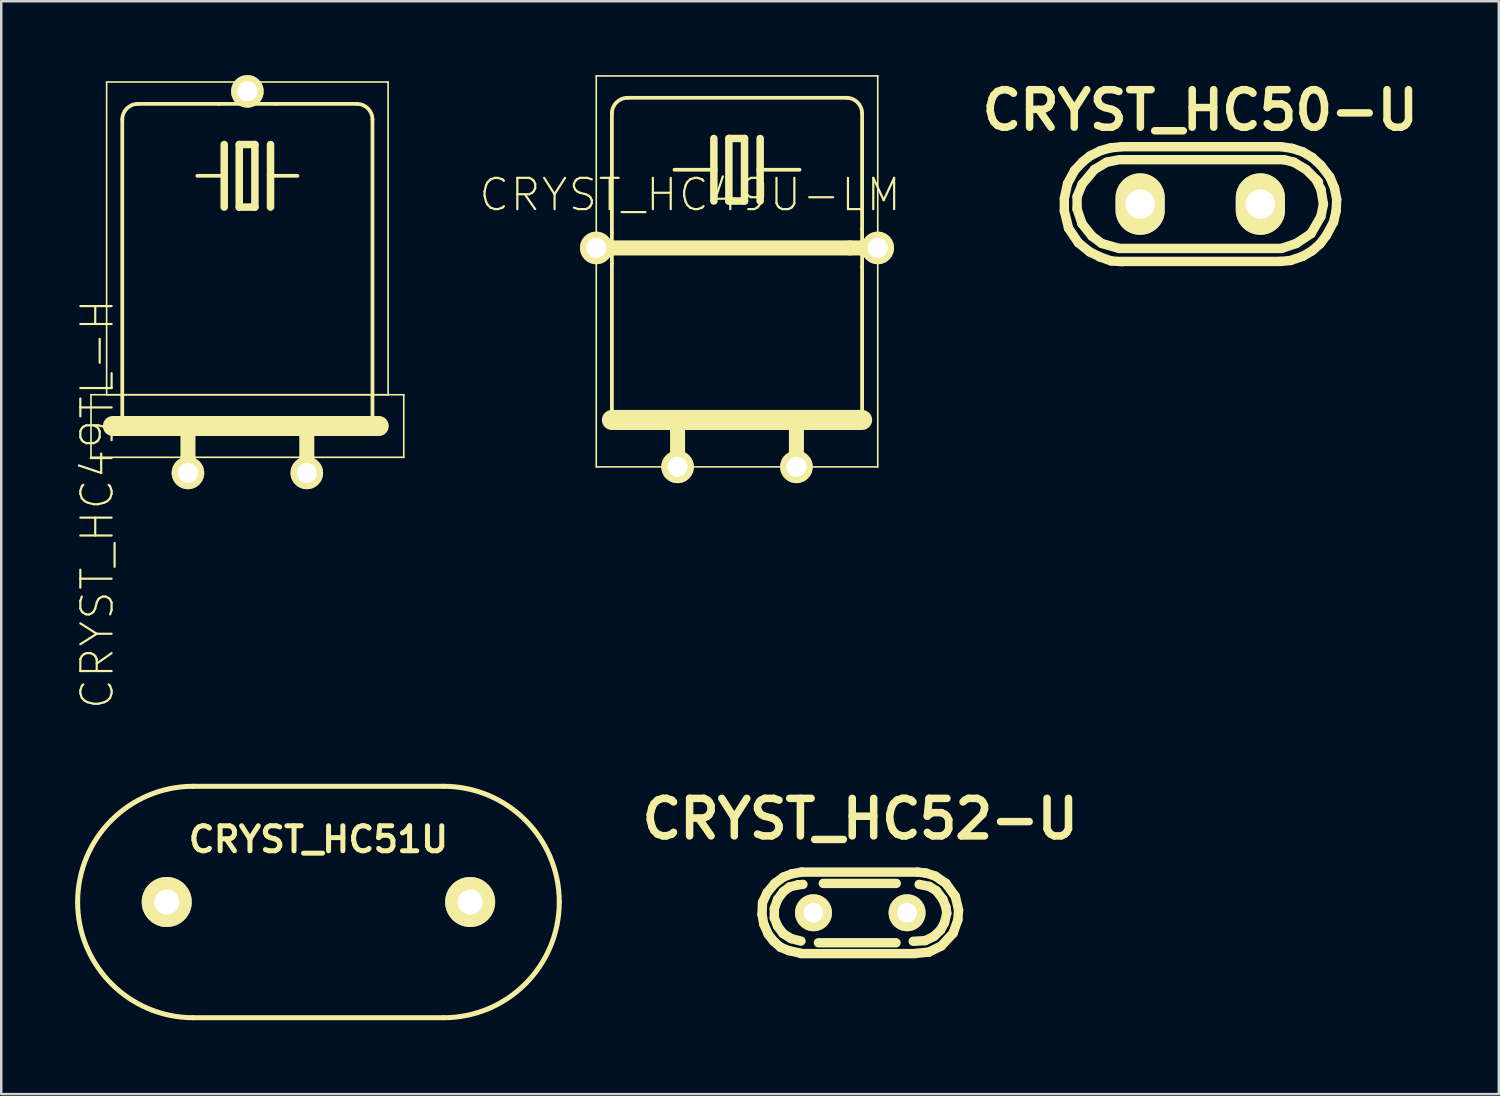
<source format=kicad_pcb>
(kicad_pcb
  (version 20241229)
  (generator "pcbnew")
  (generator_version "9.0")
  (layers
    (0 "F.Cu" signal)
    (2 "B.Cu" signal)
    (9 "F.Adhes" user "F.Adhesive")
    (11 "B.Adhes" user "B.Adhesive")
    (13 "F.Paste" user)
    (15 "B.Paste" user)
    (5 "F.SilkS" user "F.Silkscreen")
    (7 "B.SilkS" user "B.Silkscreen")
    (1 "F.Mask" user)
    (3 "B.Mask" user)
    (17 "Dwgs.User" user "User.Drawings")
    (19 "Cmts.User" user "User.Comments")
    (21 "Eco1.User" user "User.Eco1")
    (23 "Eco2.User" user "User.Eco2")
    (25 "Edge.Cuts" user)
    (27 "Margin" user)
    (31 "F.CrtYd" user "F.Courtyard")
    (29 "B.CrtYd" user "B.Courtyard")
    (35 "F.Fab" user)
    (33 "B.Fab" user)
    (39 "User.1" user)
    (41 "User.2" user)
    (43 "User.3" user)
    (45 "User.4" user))
  (footprint "CRYST_HC50-U"
    (layer "F.Cu")
    (at 45.688 5.236)
    (property "Reference" "CRYST_HC50-U" (at 0 -3.81 0) (layer "F.SilkS") (effects (font (size 1.524 1.524) (thickness 0.305))))
    (attr through_hole)
    (fp_line (start -5.519 -0.231) (end -5.519 0.279) (stroke (width 0.381) (type solid)) (layer "F.SilkS"))
    (fp_line (start -5.519 0.279) (end -5.349 0.98) (stroke (width 0.381) (type solid)) (layer "F.SilkS"))
    (fp_line (start -5.39 -0.831) (end -5.519 -0.231) (stroke (width 0.381) (type solid)) (layer "F.SilkS"))
    (fp_line (start -5.349 0.98) (end -4.95 1.57) (stroke (width 0.381) (type solid)) (layer "F.SilkS"))
    (fp_line (start -5.1 -1.369) (end -5.39 -0.831) (stroke (width 0.381) (type solid)) (layer "F.SilkS"))
    (fp_line (start -5.001 -0.3) (end -4.801 -0.8) (stroke (width 0.381) (type solid)) (layer "F.SilkS"))
    (fp_line (start -5.001 0.201) (end -5.001 -0.3) (stroke (width 0.381) (type solid)) (layer "F.SilkS"))
    (fp_line (start -4.95 1.57) (end -4.491 1.941) (stroke (width 0.381) (type solid)) (layer "F.SilkS"))
    (fp_line (start -4.801 -0.8) (end -4.3 -1.4) (stroke (width 0.381) (type solid)) (layer "F.SilkS"))
    (fp_line (start -4.801 0.8) (end -5.001 0.201) (stroke (width 0.381) (type solid)) (layer "F.SilkS"))
    (fp_line (start -4.77 -1.72) (end -5.1 -1.369) (stroke (width 0.381) (type solid)) (layer "F.SilkS"))
    (fp_line (start -4.491 1.941) (end -4.069 2.149) (stroke (width 0.381) (type solid)) (layer "F.SilkS"))
    (fp_line (start -4.481 -1.951) (end -4.77 -1.72) (stroke (width 0.381) (type solid)) (layer "F.SilkS"))
    (fp_line (start -4.399 1.3) (end -4.801 0.8) (stroke (width 0.381) (type solid)) (layer "F.SilkS"))
    (fp_line (start -4.3 -1.4) (end -3.8 -1.699) (stroke (width 0.381) (type solid)) (layer "F.SilkS"))
    (fp_line (start -4.069 2.149) (end -3.619 2.309) (stroke (width 0.381) (type solid)) (layer "F.SilkS"))
    (fp_line (start -4.049 -2.169) (end -4.481 -1.951) (stroke (width 0.381) (type solid)) (layer "F.SilkS"))
    (fp_line (start -4 1.6) (end -4.399 1.3) (stroke (width 0.381) (type solid)) (layer "F.SilkS"))
    (fp_line (start -3.8 -1.699) (end -3.299 -1.801) (stroke (width 0.381) (type solid)) (layer "F.SilkS"))
    (fp_line (start -3.65 -2.281) (end -4.049 -2.169) (stroke (width 0.381) (type solid)) (layer "F.SilkS"))
    (fp_line (start -3.619 2.309) (end -3.18 2.339) (stroke (width 0.381) (type solid)) (layer "F.SilkS"))
    (fp_line (start -3.299 1.801) (end -4 1.6) (stroke (width 0.381) (type solid)) (layer "F.SilkS"))
    (fp_line (start -3.2 -2.329) (end 3.251 -2.329) (stroke (width 0.381) (type solid)) (layer "F.SilkS"))
    (fp_line (start -3.2 -1.801) (end 3.401 -1.801) (stroke (width 0.381) (type solid)) (layer "F.SilkS"))
    (fp_line (start -3.2 2.329) (end 3.251 2.329) (stroke (width 0.381) (type solid)) (layer "F.SilkS"))
    (fp_line (start -3.19 -2.329) (end -3.65 -2.281) (stroke (width 0.381) (type solid)) (layer "F.SilkS"))
    (fp_line (start 3.251 2.329) (end 3.67 2.291) (stroke (width 0.381) (type solid)) (layer "F.SilkS"))
    (fp_line (start 3.299 1.801) (end -3.299 1.801) (stroke (width 0.381) (type solid)) (layer "F.SilkS"))
    (fp_line (start 3.401 -1.801) (end 3.8 -1.699) (stroke (width 0.381) (type solid)) (layer "F.SilkS"))
    (fp_line (start 3.67 2.291) (end 4.161 2.121) (stroke (width 0.381) (type solid)) (layer "F.SilkS"))
    (fp_line (start 3.731 -2.261) (end 3.289 -2.329) (stroke (width 0.381) (type solid)) (layer "F.SilkS"))
    (fp_line (start 3.8 -1.699) (end 4.3 -1.4) (stroke (width 0.381) (type solid)) (layer "F.SilkS"))
    (fp_line (start 3.899 1.6) (end 3.299 1.801) (stroke (width 0.381) (type solid)) (layer "F.SilkS"))
    (fp_line (start 4.161 -2.121) (end 3.731 -2.261) (stroke (width 0.381) (type solid)) (layer "F.SilkS"))
    (fp_line (start 4.161 2.121) (end 4.539 1.9) (stroke (width 0.381) (type solid)) (layer "F.SilkS"))
    (fp_line (start 4.3 -1.4) (end 4.801 -0.899) (stroke (width 0.381) (type solid)) (layer "F.SilkS"))
    (fp_line (start 4.501 1.199) (end 3.899 1.6) (stroke (width 0.381) (type solid)) (layer "F.SilkS"))
    (fp_line (start 4.539 1.9) (end 4.859 1.621) (stroke (width 0.381) (type solid)) (layer "F.SilkS"))
    (fp_line (start 4.549 -1.89) (end 4.161 -2.121) (stroke (width 0.381) (type solid)) (layer "F.SilkS"))
    (fp_line (start 4.699 -1.001) (end 4.9 -0.599) (stroke (width 0.381) (type solid)) (layer "F.SilkS"))
    (fp_line (start 4.859 1.621) (end 5.11 1.29) (stroke (width 0.381) (type solid)) (layer "F.SilkS"))
    (fp_line (start 4.9 -1.57) (end 4.549 -1.89) (stroke (width 0.381) (type solid)) (layer "F.SilkS"))
    (fp_line (start 4.9 -0.599) (end 5.001 0) (stroke (width 0.381) (type solid)) (layer "F.SilkS"))
    (fp_line (start 4.9 0.5) (end 4.501 1.199) (stroke (width 0.381) (type solid)) (layer "F.SilkS"))
    (fp_line (start 5.001 0) (end 4.9 0.5) (stroke (width 0.381) (type solid)) (layer "F.SilkS"))
    (fp_line (start 5.11 1.29) (end 5.41 0.739) (stroke (width 0.381) (type solid)) (layer "F.SilkS"))
    (fp_line (start 5.26 -1.1) (end 4.9 -1.57) (stroke (width 0.381) (type solid)) (layer "F.SilkS"))
    (fp_line (start 5.41 0.739) (end 5.519 0.269) (stroke (width 0.381) (type solid)) (layer "F.SilkS"))
    (fp_line (start 5.451 -0.65) (end 5.26 -1.1) (stroke (width 0.381) (type solid)) (layer "F.SilkS"))
    (fp_line (start 5.519 0.269) (end 5.54 -0.191) (stroke (width 0.381) (type solid)) (layer "F.SilkS"))
    (fp_line (start 5.54 -0.191) (end 5.451 -0.65) (stroke (width 0.381) (type solid)) (layer "F.SilkS"))
    (pad "1" thru_hole oval (at -2.441 0) (size 1.999 2.499) (drill 1.199) (layers "*.Cu" "*.Mask" "F.SilkS"))
    (pad "2" thru_hole oval (at 2.441 0) (size 1.999 2.499) (drill 1.199) (layers "*.Cu" "*.Mask" "F.SilkS")))
  (footprint "CRYST_HC49U-LM"
    (layer "F.Cu")
    (at 26.877 15.908)
    (property "Reference" "CRYST_HC49U-LM" (at -1.905 -11.049 0) (layer "F.SilkS") (effects (font (size 1.27 1.27) (thickness 0.089))))
    (attr exclude_from_pos_files exclude_from_bom)
    (fp_line (start -5.715 -15.875) (end 5.715 -15.875) (stroke (width 0.066) (type solid)) (layer "F.SilkS"))
    (fp_line (start -5.715 0) (end -5.715 -15.875) (stroke (width 0.066) (type solid)) (layer "F.SilkS"))
    (fp_line (start -5.715 0) (end 5.715 0) (stroke (width 0.066) (type solid)) (layer "F.SilkS"))
    (fp_line (start -5.08 -9.525) (end -5.08 -14.351) (stroke (width 0.152) (type solid)) (layer "F.SilkS"))
    (fp_line (start -5.08 -9.525) (end -5.08 -8.255) (stroke (width 0.152) (type solid)) (layer "F.SilkS"))
    (fp_line (start -5.08 -8.255) (end -5.08 -1.905) (stroke (width 0.152) (type solid)) (layer "F.SilkS"))
    (fp_line (start -5.08 -1.905) (end 5.08 -1.905) (stroke (width 0.813) (type solid)) (layer "F.SilkS"))
    (fp_line (start -4.699 -8.89) (end -5.715 -8.89) (stroke (width 0.61) (type solid)) (layer "F.SilkS"))
    (fp_line (start -4.572 -8.89) (end 4.572 -8.89) (stroke (width 0.61) (type solid)) (layer "F.SilkS"))
    (fp_line (start -2.413 -1.778) (end -2.413 0) (stroke (width 0.61) (type solid)) (layer "F.SilkS"))
    (fp_line (start -0.94 -13.335) (end -0.94 -12.065) (stroke (width 0.305) (type solid)) (layer "F.SilkS"))
    (fp_line (start -0.94 -12.065) (end -2.54 -12.065) (stroke (width 0.152) (type solid)) (layer "F.SilkS"))
    (fp_line (start -0.94 -12.065) (end -0.94 -10.795) (stroke (width 0.305) (type solid)) (layer "F.SilkS"))
    (fp_line (start -0.33 -13.335) (end -0.33 -10.795) (stroke (width 0.305) (type solid)) (layer "F.SilkS"))
    (fp_line (start -0.33 -10.795) (end 0.305 -10.795) (stroke (width 0.305) (type solid)) (layer "F.SilkS"))
    (fp_line (start 0.305 -13.335) (end -0.33 -13.335) (stroke (width 0.305) (type solid)) (layer "F.SilkS"))
    (fp_line (start 0.305 -10.795) (end 0.305 -13.335) (stroke (width 0.305) (type solid)) (layer "F.SilkS"))
    (fp_line (start 0.94 -13.335) (end 0.94 -12.065) (stroke (width 0.305) (type solid)) (layer "F.SilkS"))
    (fp_line (start 0.94 -12.065) (end 0.94 -10.795) (stroke (width 0.305) (type solid)) (layer "F.SilkS"))
    (fp_line (start 0.94 -12.065) (end 2.54 -12.065) (stroke (width 0.152) (type solid)) (layer "F.SilkS"))
    (fp_line (start 2.413 -1.778) (end 2.413 0) (stroke (width 0.61) (type solid)) (layer "F.SilkS"))
    (fp_line (start 4.445 -14.986) (end -4.445 -14.986) (stroke (width 0.152) (type solid)) (layer "F.SilkS"))
    (fp_line (start 4.572 -8.89) (end 5.08 -8.89) (stroke (width 0.61) (type solid)) (layer "F.SilkS"))
    (fp_line (start 5.08 -9.652) (end 5.08 -14.351) (stroke (width 0.152) (type solid)) (layer "F.SilkS"))
    (fp_line (start 5.08 -8.89) (end 5.08 -9.652) (stroke (width 0.152) (type solid)) (layer "F.SilkS"))
    (fp_line (start 5.08 -8.89) (end 5.08 -8.128) (stroke (width 0.152) (type solid)) (layer "F.SilkS"))
    (fp_line (start 5.08 -8.89) (end 5.715 -8.89) (stroke (width 0.61) (type solid)) (layer "F.SilkS"))
    (fp_line (start 5.08 -8.128) (end 5.08 -1.905) (stroke (width 0.152) (type solid)) (layer "F.SilkS"))
    (fp_line (start 5.715 0) (end 5.715 -15.875) (stroke (width 0.066) (type solid)) (layer "F.SilkS"))
    (fp_arc (start -5.08 -14.351) (mid -4.894013 -14.800013) (end -4.445 -14.986) (stroke (width 0.1524) (type solid)) (layer "F.SilkS"))
    (fp_arc (start 4.445 -14.986) (mid 4.894013 -14.800013) (end 5.08 -14.351) (stroke (width 0.1524) (type solid)) (layer "F.SilkS"))
    (pad "1" thru_hole circle (at -2.413 0) (size 1.321 1.321) (drill 0.813) (layers "*.Cu" "F.Mask" "F.SilkS" "F.Paste"))
    (pad "2" thru_hole circle (at 2.413 0) (size 1.321 1.321) (drill 0.813) (layers "*.Cu" "F.Mask" "F.SilkS" "F.Paste"))
    (pad "M" thru_hole circle (at -5.715 -8.89) (size 1.321 1.321) (drill 0.813) (layers "*.Cu" "F.Mask" "F.SilkS" "F.Paste"))
    (pad "M1" thru_hole circle (at 5.715 -8.89) (size 1.321 1.321) (drill 0.813) (layers "*.Cu" "F.Mask" "F.SilkS" "F.Paste")))
  (footprint "CRYST_HC49TL-H"
    (layer "F.Cu")
    (at 6.995 16.154)
    (property "Reference" "CRYST_HC49TL-H" (at -6.096 1.27 90) (layer "F.SilkS") (effects (font (size 1.27 1.27) (thickness 0.089))))
    (attr exclude_from_pos_files exclude_from_bom)
    (fp_line (start -6.35 -3.175) (end 6.35 -3.175) (stroke (width 0.066) (type solid)) (layer "F.SilkS"))
    (fp_line (start -6.35 -0.635) (end -6.35 -3.175) (stroke (width 0.066) (type solid)) (layer "F.SilkS"))
    (fp_line (start -6.35 -0.635) (end 6.35 -0.635) (stroke (width 0.066) (type solid)) (layer "F.SilkS"))
    (fp_line (start -5.715 -15.875) (end 5.715 -15.875) (stroke (width 0.066) (type solid)) (layer "F.SilkS"))
    (fp_line (start -5.715 -3.175) (end -5.715 -15.875) (stroke (width 0.066) (type solid)) (layer "F.SilkS"))
    (fp_line (start -5.715 -3.175) (end 5.715 -3.175) (stroke (width 0.066) (type solid)) (layer "F.SilkS"))
    (fp_line (start -5.08 -14.351) (end -5.08 -1.905) (stroke (width 0.152) (type solid)) (layer "F.SilkS"))
    (fp_line (start -2.413 -1.778) (end -2.413 0) (stroke (width 0.61) (type solid)) (layer "F.SilkS"))
    (fp_line (start -1.143 -14.986) (end -4.445 -14.986) (stroke (width 0.152) (type solid)) (layer "F.SilkS"))
    (fp_line (start -0.94 -13.335) (end -0.94 -12.065) (stroke (width 0.305) (type solid)) (layer "F.SilkS"))
    (fp_line (start -0.94 -12.065) (end -2.032 -12.065) (stroke (width 0.152) (type solid)) (layer "F.SilkS"))
    (fp_line (start -0.94 -12.065) (end -0.94 -10.795) (stroke (width 0.305) (type solid)) (layer "F.SilkS"))
    (fp_line (start -0.33 -13.335) (end -0.33 -10.795) (stroke (width 0.305) (type solid)) (layer "F.SilkS"))
    (fp_line (start -0.33 -10.795) (end 0.305 -10.795) (stroke (width 0.305) (type solid)) (layer "F.SilkS"))
    (fp_line (start -0.305 -15.189) (end 0.305 -15.189) (stroke (width 0.066) (type solid)) (layer "F.SilkS"))
    (fp_line (start -0.305 -14.986) (end -0.305 -15.189) (stroke (width 0.066) (type solid)) (layer "F.SilkS"))
    (fp_line (start -0.305 -14.986) (end 0.305 -14.986) (stroke (width 0.066) (type solid)) (layer "F.SilkS"))
    (fp_line (start 0 -15.494) (end 0 -15.24) (stroke (width 0.61) (type solid)) (layer "F.SilkS"))
    (fp_line (start 0.305 -14.986) (end 0.305 -15.189) (stroke (width 0.066) (type solid)) (layer "F.SilkS"))
    (fp_line (start 0.305 -13.335) (end -0.33 -13.335) (stroke (width 0.305) (type solid)) (layer "F.SilkS"))
    (fp_line (start 0.305 -10.795) (end 0.305 -13.335) (stroke (width 0.305) (type solid)) (layer "F.SilkS"))
    (fp_line (start 0.94 -13.335) (end 0.94 -12.065) (stroke (width 0.305) (type solid)) (layer "F.SilkS"))
    (fp_line (start 0.94 -12.065) (end 0.94 -10.795) (stroke (width 0.305) (type solid)) (layer "F.SilkS"))
    (fp_line (start 0.94 -12.065) (end 2.032 -12.065) (stroke (width 0.152) (type solid)) (layer "F.SilkS"))
    (fp_line (start 1.143 -14.986) (end -1.143 -14.986) (stroke (width 0.152) (type solid)) (layer "F.SilkS"))
    (fp_line (start 2.413 -1.778) (end 2.413 0) (stroke (width 0.61) (type solid)) (layer "F.SilkS"))
    (fp_line (start 4.445 -14.986) (end 1.143 -14.986) (stroke (width 0.152) (type solid)) (layer "F.SilkS"))
    (fp_line (start 5.08 -1.905) (end 5.08 -14.351) (stroke (width 0.152) (type solid)) (layer "F.SilkS"))
    (fp_line (start 5.334 -1.905) (end -5.461 -1.905) (stroke (width 0.813) (type solid)) (layer "F.SilkS"))
    (fp_line (start 5.715 -3.175) (end 5.715 -15.875) (stroke (width 0.066) (type solid)) (layer "F.SilkS"))
    (fp_line (start 6.35 -0.635) (end 6.35 -3.175) (stroke (width 0.066) (type solid)) (layer "F.SilkS"))
    (fp_arc (start -5.08 -14.351) (mid -4.894013 -14.800013) (end -4.445 -14.986) (stroke (width 0.1524) (type solid)) (layer "F.SilkS"))
    (fp_arc (start 4.445 -14.986) (mid 4.894013 -14.800013) (end 5.08 -14.351) (stroke (width 0.1524) (type solid)) (layer "F.SilkS"))
    (pad "1" thru_hole circle (at -2.413 0) (size 1.321 1.321) (drill 0.813) (layers "*.Cu" "F.Mask" "F.SilkS" "F.Paste"))
    (pad "2" thru_hole circle (at 2.413 0) (size 1.321 1.321) (drill 0.813) (layers "*.Cu" "F.Mask" "F.SilkS" "F.Paste"))
    (pad "3" thru_hole circle (at 0 -15.494) (size 1.321 1.321) (drill 0.813) (layers "*.Cu" "F.Mask" "F.SilkS" "F.Paste")))
  (footprint "CRYST_HC51U"
    (layer "F.Cu")
    (at 9.881 33.577)
    (property "Reference" "CRYST_HC51U" (at 0 -2.54 0) (layer "F.SilkS") (effects (font (size 1.016 1.016) (thickness 0.203))))
    (attr through_hole)
    (fp_line (start -5.08 -4.699) (end 5.08 -4.699) (stroke (width 0.203) (type solid)) (layer "F.SilkS"))
    (fp_line (start -5.08 4.699) (end 5.08 4.699) (stroke (width 0.203) (type solid)) (layer "F.SilkS"))
    (fp_arc (start -9.779 0) (mid -8.402695 -3.322695) (end -5.08 -4.699) (stroke (width 0.2032) (type solid)) (layer "F.SilkS"))
    (fp_arc (start -5.08 4.699) (mid -8.402695 3.322695) (end -9.779 0) (stroke (width 0.2032) (type solid)) (layer "F.SilkS"))
    (fp_arc (start 5.08 -4.699) (mid 8.402695 -3.322695) (end 9.779 0) (stroke (width 0.2032) (type solid)) (layer "F.SilkS"))
    (fp_arc (start 9.779 0) (mid 8.402695 3.322695) (end 5.08 4.699) (stroke (width 0.2032) (type solid)) (layer "F.SilkS"))
    (pad "1" thru_hole circle (at -6.16 0) (size 2.032 2.032) (drill 1.016) (layers "*.Cu" "*.Mask" "F.SilkS"))
    (pad "2" thru_hole circle (at 6.16 0) (size 2.032 2.032) (drill 1.016) (layers "*.Cu" "*.Mask" "F.SilkS")))
  (footprint "CRYST_HC52-U"
    (layer "F.Cu")
    (at 31.883 34.013)
    (property "Reference" "CRYST_HC52-U" (at 0 -3.81 0) (layer "F.SilkS") (effects (font (size 1.524 1.524) (thickness 0.305))))
    (attr through_hole)
    (fp_line (start -3.99 0.071) (end -3.97 -0.419) (stroke (width 0.381) (type solid)) (layer "F.SilkS"))
    (fp_line (start -3.97 -0.419) (end -3.78 -0.82) (stroke (width 0.381) (type solid)) (layer "F.SilkS"))
    (fp_line (start -3.919 0.46) (end -3.99 0.071) (stroke (width 0.381) (type solid)) (layer "F.SilkS"))
    (fp_line (start -3.78 -0.82) (end -3.47 -1.191) (stroke (width 0.381) (type solid)) (layer "F.SilkS"))
    (fp_line (start -3.739 0.871) (end -3.919 0.46) (stroke (width 0.381) (type solid)) (layer "F.SilkS"))
    (fp_line (start -3.52 1.151) (end -3.739 0.871) (stroke (width 0.381) (type solid)) (layer "F.SilkS"))
    (fp_line (start -3.49 -0.17) (end -3.36 -0.541) (stroke (width 0.381) (type solid)) (layer "F.SilkS"))
    (fp_line (start -3.49 0.211) (end -3.49 -0.17) (stroke (width 0.381) (type solid)) (layer "F.SilkS"))
    (fp_line (start -3.47 -1.191) (end -3.119 -1.45) (stroke (width 0.381) (type solid)) (layer "F.SilkS"))
    (fp_line (start -3.36 -0.541) (end -3.129 -0.851) (stroke (width 0.381) (type solid)) (layer "F.SilkS"))
    (fp_line (start -3.36 0.541) (end -3.49 0.211) (stroke (width 0.381) (type solid)) (layer "F.SilkS"))
    (fp_line (start -3.241 1.4) (end -3.52 1.151) (stroke (width 0.381) (type solid)) (layer "F.SilkS"))
    (fp_line (start -3.139 0.841) (end -3.36 0.541) (stroke (width 0.381) (type solid)) (layer "F.SilkS"))
    (fp_line (start -3.129 -0.851) (end -2.87 -1.049) (stroke (width 0.381) (type solid)) (layer "F.SilkS"))
    (fp_line (start -3.119 -1.45) (end -2.779 -1.58) (stroke (width 0.381) (type solid)) (layer "F.SilkS"))
    (fp_line (start -2.901 1.539) (end -3.241 1.4) (stroke (width 0.381) (type solid)) (layer "F.SilkS"))
    (fp_line (start -2.87 -1.049) (end -2.54 -1.13) (stroke (width 0.381) (type solid)) (layer "F.SilkS"))
    (fp_line (start -2.809 1.049) (end -3.139 0.841) (stroke (width 0.381) (type solid)) (layer "F.SilkS"))
    (fp_line (start -2.779 -1.58) (end -2.38 -1.651) (stroke (width 0.381) (type solid)) (layer "F.SilkS"))
    (fp_line (start -2.54 -1.13) (end -2.329 -1.151) (stroke (width 0.381) (type solid)) (layer "F.SilkS"))
    (fp_line (start -2.421 1.641) (end -2.901 1.539) (stroke (width 0.381) (type solid)) (layer "F.SilkS"))
    (fp_line (start -2.41 1.151) (end -2.809 1.049) (stroke (width 0.381) (type solid)) (layer "F.SilkS"))
    (fp_line (start -2.39 -1.651) (end 2.329 -1.651) (stroke (width 0.381) (type solid)) (layer "F.SilkS"))
    (fp_line (start -1.699 1.219) (end 1.45 1.219) (stroke (width 0.381) (type solid)) (layer "F.SilkS"))
    (fp_line (start 1.46 -1.191) (end -1.501 -1.191) (stroke (width 0.381) (type solid)) (layer "F.SilkS"))
    (fp_line (start 2.22 1.661) (end -2.41 1.661) (stroke (width 0.381) (type solid)) (layer "F.SilkS"))
    (fp_line (start 2.329 -1.651) (end 2.67 -1.61) (stroke (width 0.381) (type solid)) (layer "F.SilkS"))
    (fp_line (start 2.39 -1.151) (end 2.809 -1.069) (stroke (width 0.381) (type solid)) (layer "F.SilkS"))
    (fp_line (start 2.639 1.13) (end 2.149 1.161) (stroke (width 0.381) (type solid)) (layer "F.SilkS"))
    (fp_line (start 2.67 -1.61) (end 3.04 -1.491) (stroke (width 0.381) (type solid)) (layer "F.SilkS"))
    (fp_line (start 2.779 1.6) (end 2.24 1.651) (stroke (width 0.381) (type solid)) (layer "F.SilkS"))
    (fp_line (start 2.809 -1.069) (end 3.091 -0.889) (stroke (width 0.381) (type solid)) (layer "F.SilkS"))
    (fp_line (start 2.99 0.96) (end 2.639 1.13) (stroke (width 0.381) (type solid)) (layer "F.SilkS"))
    (fp_line (start 3.04 -1.491) (end 3.48 -1.191) (stroke (width 0.381) (type solid)) (layer "F.SilkS"))
    (fp_line (start 3.091 -0.889) (end 3.35 -0.551) (stroke (width 0.381) (type solid)) (layer "F.SilkS"))
    (fp_line (start 3.259 0.701) (end 2.99 0.96) (stroke (width 0.381) (type solid)) (layer "F.SilkS"))
    (fp_line (start 3.289 1.349) (end 2.779 1.6) (stroke (width 0.381) (type solid)) (layer "F.SilkS"))
    (fp_line (start 3.35 -0.551) (end 3.48 -0.221) (stroke (width 0.381) (type solid)) (layer "F.SilkS"))
    (fp_line (start 3.419 0.409) (end 3.259 0.701) (stroke (width 0.381) (type solid)) (layer "F.SilkS"))
    (fp_line (start 3.48 -1.191) (end 3.861 -0.66) (stroke (width 0.381) (type solid)) (layer "F.SilkS"))
    (fp_line (start 3.48 -0.221) (end 3.51 0.02) (stroke (width 0.381) (type solid)) (layer "F.SilkS"))
    (fp_line (start 3.51 0.02) (end 3.419 0.409) (stroke (width 0.381) (type solid)) (layer "F.SilkS"))
    (fp_line (start 3.769 0.831) (end 3.289 1.349) (stroke (width 0.381) (type solid)) (layer "F.SilkS"))
    (fp_line (start 3.861 -0.66) (end 3.99 -0.109) (stroke (width 0.381) (type solid)) (layer "F.SilkS"))
    (fp_line (start 3.96 0.29) (end 3.769 0.831) (stroke (width 0.381) (type solid)) (layer "F.SilkS"))
    (fp_line (start 3.99 -0.109) (end 3.96 0.29) (stroke (width 0.381) (type solid)) (layer "F.SilkS"))
    (pad "1" thru_hole circle (at -1.9 0) (size 1.501 1.501) (drill 0.8) (layers "*.Cu" "*.Mask" "F.SilkS"))
    (pad "2" thru_hole circle (at 1.9 0) (size 1.501 1.501) (drill 0.8) (layers "*.Cu" "*.Mask" "F.SilkS")))
  (gr_rect
    (start -3 -3)
    (end 57.81 41.378)
    (stroke (width 0.1) (type default))
    (fill no)
    (layer "Edge.Cuts")))
</source>
